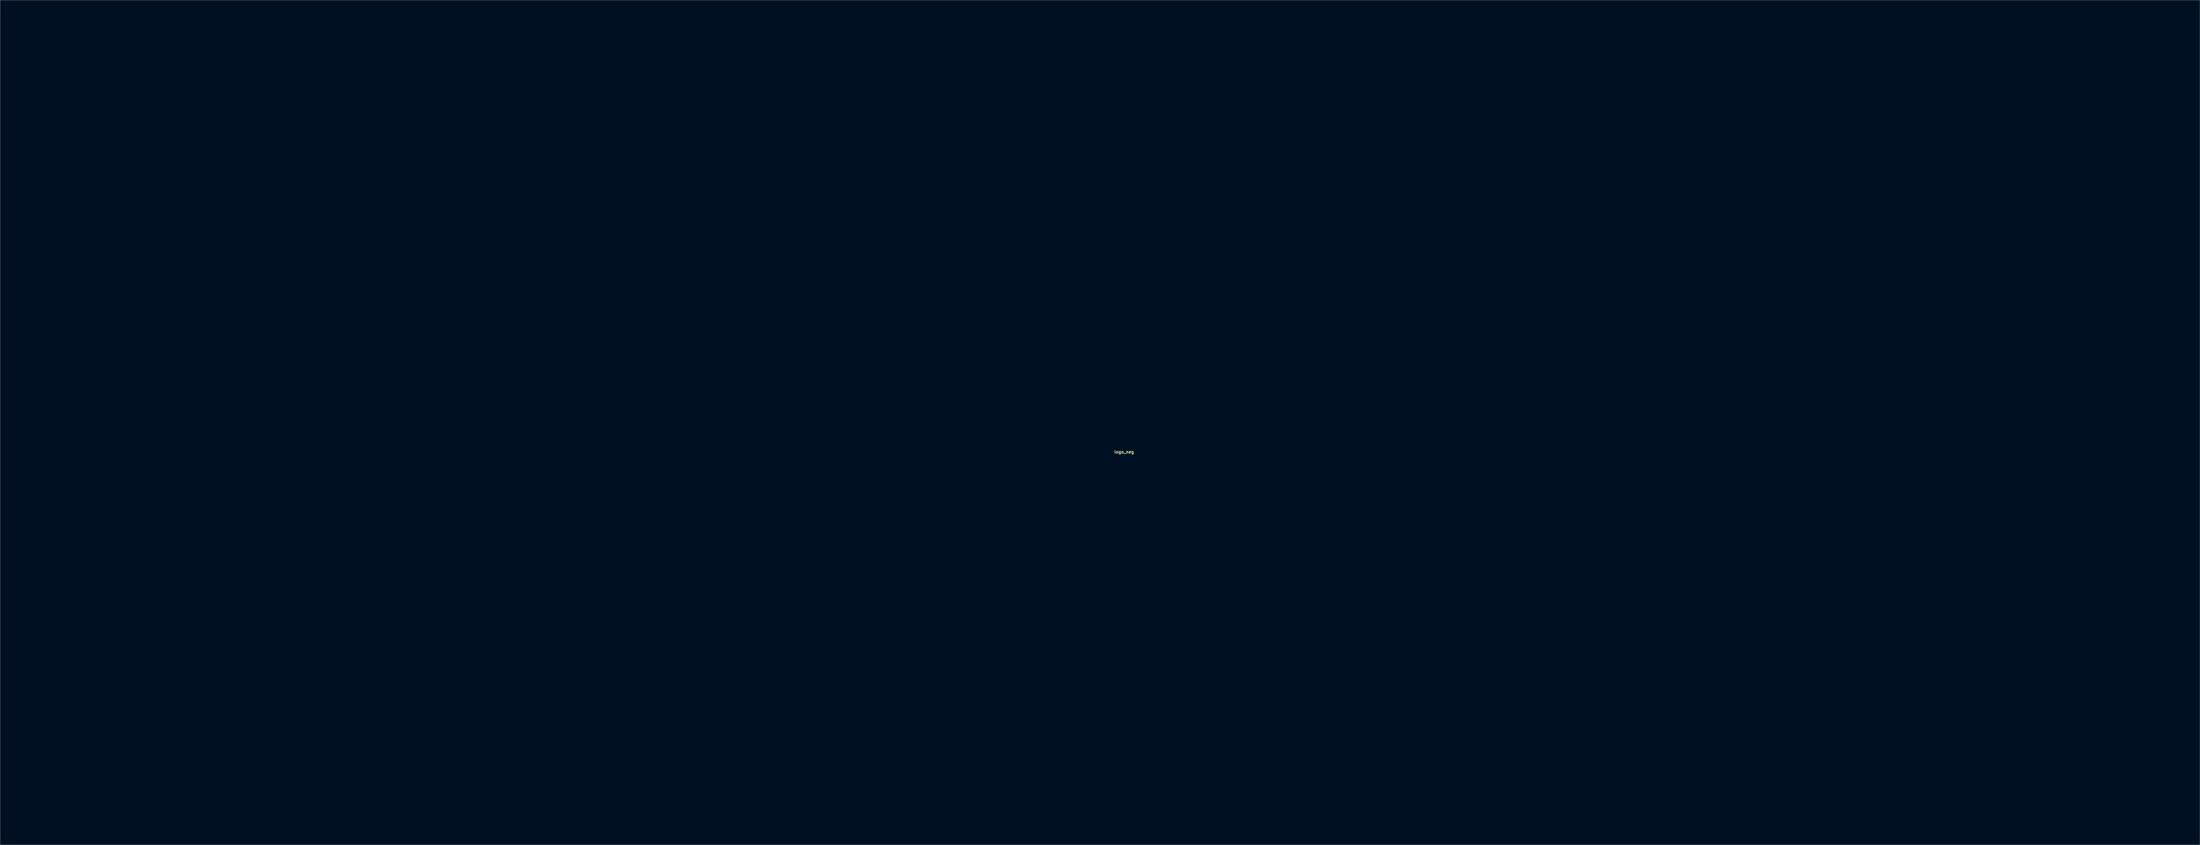
<source format=kicad_pcb>
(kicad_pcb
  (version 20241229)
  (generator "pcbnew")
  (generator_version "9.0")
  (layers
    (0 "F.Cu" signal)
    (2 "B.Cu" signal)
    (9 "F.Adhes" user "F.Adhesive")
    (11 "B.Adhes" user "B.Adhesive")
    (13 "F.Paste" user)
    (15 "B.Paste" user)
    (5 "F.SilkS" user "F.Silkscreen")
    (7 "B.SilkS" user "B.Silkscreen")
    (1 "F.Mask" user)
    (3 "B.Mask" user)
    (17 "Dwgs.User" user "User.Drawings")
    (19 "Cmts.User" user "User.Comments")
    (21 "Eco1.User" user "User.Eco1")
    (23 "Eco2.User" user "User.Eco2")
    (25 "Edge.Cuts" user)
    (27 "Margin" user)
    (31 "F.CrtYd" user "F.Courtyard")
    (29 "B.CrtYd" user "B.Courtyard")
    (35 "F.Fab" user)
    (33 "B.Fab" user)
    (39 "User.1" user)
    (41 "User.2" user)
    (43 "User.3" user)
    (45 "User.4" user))
  (footprint "logo_neg"
    (layer "F.Cu")
    (at 582.753 232.574)
    (property "Reference" "logo_neg" (at 0 0 0) (layer "F.SilkS") (effects (font (size 1.524 1.524) (thickness 0.3))))
    (attr through_hole)
    (fp_poly (pts (xy 360.759 -77.391) (xy 356.583 -77.15) (xy 353.857 -77.138) (xy 352.389 -77.535) (xy 351.972 -78.045) (xy 351.762 -79.475) (xy 351.728 -81.8) (xy 351.782 -83.048) (xy 352.028 -86.916) (xy 360.759 -86.916) (xy 360.759 -77.391)) (stroke (width 0.01) (type solid)) (fill no) (layer "Eco2.User"))
    (fp_poly (pts (xy 231.378 -110.728) (xy 225.612 -110.495) (xy 222.391 -110.447) (xy 220.461 -110.653) (xy 219.543 -111.151) (xy 219.42 -111.372) (xy 219.232 -112.711) (xy 219.171 -115.084) (xy 219.233 -117.559) (xy 219.472 -122.634) (xy 231.378 -122.634) (xy 231.378 -110.728)) (stroke (width 0.01) (type solid)) (fill no) (layer "Eco2.User"))
    (fp_poly (pts (xy -154.411 41.914) (xy -152.574 43.572) (xy -151.773 45.859) (xy -152.161 48.382) (xy -153.555 50.439) (xy -156.042 52.042) (xy -158.642 52.206) (xy -161.011 50.917) (xy -161.131 50.8) (xy -162.472 48.507) (xy -162.556 45.975) (xy -161.565 43.637) (xy -159.681 41.926) (xy -157.132 41.275) (xy -154.411 41.914)) (stroke (width 0.01) (type solid)) (fill no) (layer "Eco2.User"))
    (fp_poly (pts (xy 133.307 -190.197) (xy 134.992 -189.041) (xy 135.688 -186.728) (xy 135.731 -185.668) (xy 135.295 -183.112) (xy 133.86 -181.611) (xy 131.239 -181.006) (xy 130.208 -180.975) (xy 128.257 -181.314) (xy 127.149 -182.62) (xy 126.923 -183.158) (xy 126.508 -186.105) (xy 126.77 -187.722) (xy 127.474 -189.346) (xy 128.724 -190.101) (xy 130.454 -190.353) (xy 133.307 -190.197)) (stroke (width 0.01) (type solid)) (fill no) (layer "Eco2.User"))
    (fp_poly (pts (xy 265.542 65.949) (xy 267.56 66.345) (xy 268.614 67.361) (xy 269.017 69.286) (xy 269.081 72.239) (xy 268.773 75.326) (xy 267.904 77.26) (xy 267.834 77.334) (xy 266.2 78.117) (xy 263.667 78.513) (xy 260.881 78.497) (xy 258.489 78.043) (xy 257.77 77.724) (xy 257.002 76.947) (xy 256.571 75.495) (xy 256.397 72.998) (xy 256.381 71.398) (xy 256.381 65.881) (xy 262.249 65.881) (xy 265.542 65.949)) (stroke (width 0.01) (type solid)) (fill no) (layer "Eco2.User"))
    (fp_poly (pts (xy 175.727 186.751) (xy 177.391 187.297) (xy 177.641 187.484) (xy 178.327 188.948) (xy 178.611 191.159) (xy 178.514 193.53) (xy 178.054 195.471) (xy 177.338 196.368) (xy 175.253 196.787) (xy 172.738 196.809) (xy 170.479 196.474) (xy 169.227 195.897) (xy 168.621 194.54) (xy 168.293 192.347) (xy 168.275 191.691) (xy 168.495 189.398) (xy 169.041 187.734) (xy 169.227 187.484) (xy 170.585 186.877) (xy 172.778 186.55) (xy 173.434 186.531) (xy 175.727 186.751)) (stroke (width 0.01) (type solid)) (fill no) (layer "Eco2.User"))
    (fp_poly (pts (xy 322.701 133.507) (xy 323.75 133.861) (xy 324.33 134.585) (xy 324.651 135.353) (xy 325.358 138.819) (xy 325.22 142.61) (xy 324.663 144.808) (xy 324.141 145.883) (xy 323.336 146.494) (xy 321.846 146.77) (xy 319.269 146.842) (xy 318.411 146.844) (xy 314.806 146.68) (xy 312.642 146.177) (xy 312.003 145.725) (xy 311.497 144.229) (xy 311.278 141.508) (xy 311.311 139.176) (xy 311.547 133.747) (xy 317.705 133.515) (xy 320.81 133.424) (xy 322.701 133.507)) (stroke (width 0.01) (type solid)) (fill no) (layer "Eco2.User"))
    (fp_poly (pts (xy 416.502 -79.954) (xy 418.703 -77.754) (xy 418.955 -59.549) (xy 419.017 -52.902) (xy 418.978 -47.655) (xy 418.805 -43.62) (xy 418.464 -40.61) (xy 417.923 -38.439) (xy 417.149 -36.919) (xy 416.11 -35.865) (xy 414.773 -35.088) (xy 414.659 -35.035) (xy 413.029 -34.69) (xy 409.863 -34.425) (xy 405.209 -34.244) (xy 399.116 -34.147) (xy 394.774 -34.131) (xy 376.873 -34.131) (xy 371.475 -39.529) (xy 371.475 -76.969) (xy 376.107 -82.153) (xy 414.301 -82.153) (xy 416.502 -79.954)) (stroke (width 0.01) (type solid)) (fill no) (layer "Eco2.User"))
    (fp_poly (pts (xy 215.319 -45.152) (xy 217.703 -44.696) (xy 219.067 -43.604) (xy 219.694 -41.603) (xy 219.864 -38.422) (xy 219.869 -37.306) (xy 219.774 -33.753) (xy 219.301 -31.456) (xy 218.167 -30.141) (xy 216.091 -29.538) (xy 212.789 -29.373) (xy 211.632 -29.369) (xy 208.711 -29.445) (xy 206.921 -29.757) (xy 205.811 -30.43) (xy 205.229 -31.133) (xy 204.4 -33.27) (xy 204.01 -36.437) (xy 203.994 -37.306) (xy 204.216 -40.951) (xy 205.048 -43.307) (xy 206.736 -44.63) (xy 209.527 -45.179) (xy 211.632 -45.244) (xy 215.319 -45.152)) (stroke (width 0.01) (type solid)) (fill no) (layer "Eco2.User"))
    (fp_poly (pts (xy 160.439 -175.368) (xy 163.044 -175.046) (xy 164.654 -174.199) (xy 165.493 -172.574) (xy 165.783 -169.917) (xy 165.749 -165.973) (xy 165.725 -165.089) (xy 165.497 -156.766) (xy 157.006 -156.541) (xy 153.21 -156.465) (xy 150.693 -156.505) (xy 149.146 -156.708) (xy 148.264 -157.115) (xy 147.738 -157.772) (xy 147.68 -157.878) (xy 147.283 -159.39) (xy 146.988 -161.982) (xy 146.848 -165.151) (xy 146.844 -165.842) (xy 146.967 -169.846) (xy 147.507 -172.552) (xy 148.72 -174.211) (xy 150.861 -175.073) (xy 154.185 -175.388) (xy 156.614 -175.419) (xy 160.439 -175.368)) (stroke (width 0.01) (type solid)) (fill no) (layer "Eco2.User"))
    (fp_poly (pts (xy 318.072 -156.304) (xy 320.557 -155.931) (xy 322.039 -154.979) (xy 322.777 -153.178) (xy 323.03 -150.257) (xy 323.056 -147.26) (xy 322.954 -143.189) (xy 322.655 -140.485) (xy 322.171 -139.25) (xy 322.132 -139.222) (xy 320.83 -138.884) (xy 318.449 -138.615) (xy 315.497 -138.438) (xy 312.484 -138.373) (xy 309.916 -138.443) (xy 308.372 -138.647) (xy 307.133 -139.156) (xy 306.329 -140.055) (xy 305.868 -141.649) (xy 305.657 -144.243) (xy 305.606 -147.808) (xy 305.673 -151.547) (xy 306.075 -154) (xy 307.085 -155.439) (xy 308.979 -156.133) (xy 312.033 -156.353) (xy 314.325 -156.369) (xy 318.072 -156.304)) (stroke (width 0.01) (type solid)) (fill no) (layer "Eco2.User"))
    (fp_poly (pts (xy 165.382 -228.597) (xy 170.896 -228.583) (xy 175.061 -228.531) (xy 178.115 -228.42) (xy 180.297 -228.231) (xy 181.845 -227.944) (xy 182.997 -227.539) (xy 183.896 -227.055) (xy 185.019 -226.234) (xy 185.881 -225.18) (xy 186.51 -223.693) (xy 186.936 -221.577) (xy 187.187 -218.633) (xy 187.291 -214.663) (xy 187.275 -209.47) (xy 187.193 -204.081) (xy 186.928 -189.566) (xy 184.701 -187.652) (xy 183.918 -187.015) (xy 183.1 -186.538) (xy 182.022 -186.198) (xy 180.456 -185.971) (xy 178.174 -185.834) (xy 174.951 -185.765) (xy 170.558 -185.741) (xy 165.788 -185.738) (xy 149.103 -185.738) (xy 146.783 -188.058) (xy 144.463 -190.378) (xy 144.463 -223.994) (xy 149.393 -228.6) (xy 165.382 -228.597)) (stroke (width 0.01) (type solid)) (fill no) (layer "Eco2.User"))
    (fp_poly (pts (xy 200.509 152.497) (xy 203.648 152.782) (xy 205.291 153.249) (xy 205.423 153.352) (xy 205.918 154.719) (xy 206.235 157.624) (xy 206.37 162.031) (xy 206.375 163.246) (xy 206.348 167.502) (xy 206.101 170.431) (xy 205.383 172.28) (xy 203.946 173.297) (xy 201.539 173.731) (xy 197.911 173.83) (xy 195.712 173.831) (xy 192.048 173.787) (xy 189.608 173.614) (xy 188.031 173.249) (xy 186.956 172.63) (xy 186.531 172.244) (xy 185.763 171.258) (xy 185.287 169.926) (xy 185.038 167.878) (xy 184.949 164.746) (xy 184.944 163.292) (xy 185.002 158.969) (xy 185.34 155.974) (xy 186.204 154.063) (xy 187.84 152.993) (xy 190.495 152.521) (xy 194.413 152.403) (xy 195.943 152.4) (xy 200.509 152.497)) (stroke (width 0.01) (type solid)) (fill no) (layer "Eco2.User"))
    (fp_poly (pts (xy 317.109 179.834) (xy 319.765 180.005) (xy 321.369 180.333) (xy 322.19 180.852) (xy 322.279 180.975) (xy 322.68 182.409) (xy 322.933 184.914) (xy 323.043 188.055) (xy 323.014 191.394) (xy 322.852 194.494) (xy 322.56 196.92) (xy 322.142 198.235) (xy 322.104 198.279) (xy 320.741 198.781) (xy 317.9 199.102) (xy 313.68 199.229) (xy 313.004 199.231) (xy 309.274 199.201) (xy 306.819 199.073) (xy 305.325 198.796) (xy 304.48 198.314) (xy 304.034 197.696) (xy 303.637 196.136) (xy 303.377 193.509) (xy 303.255 190.283) (xy 303.272 186.931) (xy 303.429 183.922) (xy 303.728 181.727) (xy 303.989 180.975) (xy 304.691 180.416) (xy 306.126 180.054) (xy 308.561 179.856) (xy 312.264 179.786) (xy 313.134 179.784) (xy 317.109 179.834)) (stroke (width 0.01) (type solid)) (fill no) (layer "Eco2.User"))
    (fp_poly (pts (xy 389.219 -115) (xy 392.455 -114.723) (xy 394.166 -114.267) (xy 394.335 -114.141) (xy 394.833 -112.776) (xy 395.151 -109.89) (xy 395.284 -105.54) (xy 395.288 -104.505) (xy 395.251 -100.56) (xy 395.113 -97.899) (xy 394.83 -96.22) (xy 394.36 -95.221) (xy 393.898 -94.767) (xy 392.448 -94.279) (xy 389.869 -93.935) (xy 386.616 -93.742) (xy 383.141 -93.705) (xy 379.899 -93.831) (xy 377.342 -94.127) (xy 376.039 -94.52) (xy 375.415 -95.093) (xy 375.007 -96.14) (xy 374.773 -97.955) (xy 374.669 -100.834) (xy 374.65 -103.956) (xy 374.693 -107.606) (xy 374.808 -110.742) (xy 374.977 -112.977) (xy 375.132 -113.838) (xy 375.598 -114.399) (xy 376.662 -114.769) (xy 378.594 -114.983) (xy 381.662 -115.079) (xy 384.498 -115.094) (xy 389.219 -115)) (stroke (width 0.01) (type solid)) (fill no) (layer "Eco2.User"))
    (fp_poly (pts (xy 314.775 62.726) (xy 318.246 62.925) (xy 320.58 63.516) (xy 322.003 64.71) (xy 322.74 66.718) (xy 323.016 69.751) (xy 323.057 74.021) (xy 323.056 75.009) (xy 323.034 79.563) (xy 322.817 82.827) (xy 322.179 85.015) (xy 320.893 86.344) (xy 318.733 87.027) (xy 315.472 87.278) (xy 310.884 87.313) (xy 310.073 87.312) (xy 304.925 87.241) (xy 301.312 87.023) (xy 299.188 86.655) (xy 298.609 86.36) (xy 298.215 85.188) (xy 297.923 82.809) (xy 297.734 79.602) (xy 297.651 75.944) (xy 297.675 72.215) (xy 297.81 68.791) (xy 298.056 66.05) (xy 298.417 64.372) (xy 298.478 64.242) (xy 298.938 63.618) (xy 299.713 63.19) (xy 301.072 62.921) (xy 303.284 62.775) (xy 306.616 62.715) (xy 309.942 62.706) (xy 314.775 62.726)) (stroke (width 0.01) (type solid)) (fill no) (layer "Eco2.User"))
    (fp_poly (pts (xy 189.05 -158.75) (xy 193.894 -158.746) (xy 197.4 -158.586) (xy 199.783 -158.052) (xy 201.26 -156.921) (xy 202.046 -154.974) (xy 202.357 -151.991) (xy 202.41 -147.75) (xy 202.406 -145.118) (xy 202.402 -140.274) (xy 202.243 -136.769) (xy 201.708 -134.386) (xy 200.577 -132.909) (xy 198.63 -132.123) (xy 195.647 -131.811) (xy 191.407 -131.759) (xy 188.775 -131.762) (xy 184.363 -131.786) (xy 181.26 -131.88) (xy 179.189 -132.078) (xy 177.873 -132.412) (xy 177.033 -132.917) (xy 176.732 -133.214) (xy 176.184 -134.078) (xy 175.807 -135.428) (xy 175.574 -137.535) (xy 175.454 -140.67) (xy 175.419 -145.105) (xy 175.419 -145.394) (xy 175.423 -150.238) (xy 175.582 -153.744) (xy 176.117 -156.127) (xy 177.248 -157.604) (xy 179.195 -158.39) (xy 182.178 -158.701) (xy 186.418 -158.753) (xy 189.05 -158.75)) (stroke (width 0.01) (type solid)) (fill no) (layer "Eco2.User"))
    (fp_poly (pts (xy 138.113 -46.038) (xy 142.804 -46.01) (xy 146.169 -45.776) (xy 148.428 -45.11) (xy 149.802 -43.786) (xy 150.511 -41.578) (xy 150.774 -38.26) (xy 150.813 -33.605) (xy 150.812 -32.997) (xy 150.773 -28.639) (xy 150.635 -25.597) (xy 150.367 -23.602) (xy 149.94 -22.384) (xy 149.565 -21.885) (xy 148.722 -21.346) (xy 147.288 -20.981) (xy 144.995 -20.761) (xy 141.578 -20.657) (xy 138.179 -20.637) (xy 133.897 -20.664) (xy 130.916 -20.768) (xy 128.947 -20.986) (xy 127.704 -21.355) (xy 126.899 -21.91) (xy 126.726 -22.089) (xy 126.149 -23.012) (xy 125.763 -24.459) (xy 125.535 -26.719) (xy 125.43 -30.077) (xy 125.412 -33.202) (xy 125.442 -37.975) (xy 125.68 -41.388) (xy 126.352 -43.67) (xy 127.685 -45.048) (xy 129.902 -45.75) (xy 133.231 -46.004) (xy 137.895 -46.038) (xy 138.113 -46.038)) (stroke (width 0.01) (type solid)) (fill no) (layer "Eco2.User"))
    (fp_poly (pts (xy 299.72 -5.239) (xy 302.419 -2.54) (xy 302.419 37.281) (xy 300.104 39.873) (xy 297.789 42.466) (xy 278.077 42.661) (xy 271.159 42.702) (xy 265.72 42.668) (xy 261.65 42.556) (xy 258.844 42.363) (xy 257.192 42.084) (xy 256.778 41.919) (xy 255.207 40.827) (xy 253.986 39.499) (xy 253.073 37.731) (xy 252.425 35.323) (xy 251.999 32.073) (xy 251.752 27.778) (xy 251.642 22.237) (xy 251.623 17.616) (xy 251.666 10.99) (xy 251.822 5.76) (xy 252.125 1.733) (xy 252.608 -1.281) (xy 253.306 -3.474) (xy 254.253 -5.035) (xy 255.483 -6.156) (xy 255.901 -6.428) (xy 256.799 -6.902) (xy 257.881 -7.266) (xy 259.358 -7.533) (xy 261.44 -7.718) (xy 264.337 -7.836) (xy 268.259 -7.902) (xy 273.417 -7.93) (xy 277.693 -7.935) (xy 297.021 -7.938) (xy 299.72 -5.239)) (stroke (width 0.01) (type solid)) (fill no) (layer "Eco2.User"))
    (fp_poly (pts (xy -2.194 -25.672) (xy -2.261 -16.539) (xy -2.346 -7.84) (xy -2.446 0.287) (xy -2.558 7.703) (xy -2.681 14.271) (xy -2.811 19.85) (xy -2.946 24.303) (xy -3.082 27.491) (xy -3.218 29.275) (xy -3.262 29.531) (xy -5.08 33.586) (xy -8.176 36.92) (xy -12.35 39.389) (xy -17.399 40.845) (xy -19.233 41.08) (xy -23.896 41.503) (xy -23.656 -11.197) (xy -23.607 -21.635) (xy -23.561 -30.605) (xy -23.512 -38.229) (xy -23.458 -44.626) (xy -23.394 -49.916) (xy -23.315 -54.22) (xy -23.218 -57.659) (xy -23.098 -60.352) (xy -22.952 -62.42) (xy -22.776 -63.982) (xy -22.564 -65.16) (xy -22.314 -66.074) (xy -22.021 -66.843) (xy -21.738 -67.469) (xy -19.321 -71.411) (xy -16.176 -74.266) (xy -12.062 -76.187) (xy -6.742 -77.329) (xy -6.295 -77.387) (xy -1.875 -77.934) (xy -2.194 -25.672)) (stroke (width 0.01) (type solid)) (fill no) (layer "Eco2.User"))
    (fp_poly (pts (xy 202.292 93.33) (xy 205.313 93.7) (xy 207.36 94.554) (xy 208.62 96.085) (xy 209.282 98.487) (xy 209.534 101.953) (xy 209.562 106.677) (xy 209.55 110.758) (xy 209.55 124.504) (xy 207.459 126.149) (xy 206.557 126.767) (xy 205.5 127.207) (xy 204.018 127.496) (xy 201.844 127.664) (xy 198.708 127.738) (xy 194.342 127.749) (xy 192.576 127.743) (xy 188.104 127.684) (xy 184.088 127.552) (xy 180.842 127.365) (xy 178.682 127.138) (xy 178.043 126.992) (xy 176.755 126.075) (xy 175.808 124.392) (xy 175.171 121.771) (xy 174.812 118.041) (xy 174.703 113.031) (xy 174.76 108.565) (xy 174.867 103.581) (xy 175.068 99.814) (xy 175.56 97.095) (xy 176.541 95.253) (xy 178.21 94.119) (xy 180.763 93.522) (xy 184.401 93.293) (xy 189.319 93.261) (xy 192.577 93.266) (xy 198.109 93.249) (xy 202.292 93.33)) (stroke (width 0.01) (type solid)) (fill no) (layer "Eco2.User"))
    (fp_poly (pts (xy 314.665 -229.394) (xy 319.192 -229.36) (xy 322.392 -229.239) (xy 324.525 -229.005) (xy 325.85 -228.631) (xy 326.571 -228.146) (xy 327.091 -227.342) (xy 327.449 -225.975) (xy 327.672 -223.788) (xy 327.787 -220.527) (xy 327.819 -215.966) (xy 327.814 -211.037) (xy 327.656 -207.474) (xy 327.125 -205.054) (xy 326.005 -203.559) (xy 324.078 -202.765) (xy 321.127 -202.454) (xy 316.933 -202.403) (xy 314.461 -202.406) (xy 310.136 -202.428) (xy 307.105 -202.52) (xy 305.076 -202.72) (xy 303.756 -203.067) (xy 302.852 -203.6) (xy 302.419 -203.994) (xy 301.761 -204.798) (xy 301.314 -205.858) (xy 301.037 -207.467) (xy 300.891 -209.922) (xy 300.836 -213.518) (xy 300.831 -215.9) (xy 300.846 -220.761) (xy 301.038 -224.288) (xy 301.626 -226.695) (xy 302.828 -228.195) (xy 304.864 -229.003) (xy 307.954 -229.331) (xy 312.316 -229.395) (xy 314.665 -229.394)) (stroke (width 0.01) (type solid)) (fill no) (layer "Eco2.User"))
    (fp_poly (pts (xy -151.339 83.939) (xy -151.495 91.218) (xy -151.684 97.104) (xy -151.946 101.789) (xy -152.321 105.467) (xy -152.85 108.333) (xy -153.573 110.579) (xy -154.53 112.4) (xy -155.76 113.988) (xy -157.305 115.538) (xy -158.029 116.199) (xy -161.334 118.748) (xy -164.537 120.22) (xy -165.949 120.588) (xy -168.791 121.158) (xy -170.676 121.344) (xy -172.192 121.124) (xy -173.929 120.475) (xy -174.426 120.261) (xy -176.623 118.757) (xy -178.085 116.715) (xy -178.498 114.632) (xy -178.353 114.024) (xy -177.742 113.376) (xy -176.341 113.127) (xy -173.799 113.229) (xy -173.115 113.288) (xy -169.974 113.431) (xy -167.825 113.119) (xy -166.25 112.362) (xy -164.962 111.384) (xy -163.956 110.207) (xy -163.197 108.634) (xy -162.652 106.469) (xy -162.286 103.517) (xy -162.065 99.582) (xy -161.956 94.468) (xy -161.925 87.979) (xy -161.925 87.375) (xy -161.886 80.883) (xy -161.771 75.492) (xy -161.586 71.327) (xy -161.337 68.513) (xy -161.064 67.24) (xy -159.294 65.025) (xy -156.575 63.393) (xy -153.529 62.709) (xy -153.331 62.706) (xy -150.935 62.706) (xy -151.339 83.939)) (stroke (width 0.01) (type solid)) (fill no) (layer "Eco2.User"))
    (fp_poly (pts (xy 40.481 61.119) (xy 46.038 61.119) (xy 48.941 61.149) (xy 50.603 61.321) (xy 51.369 61.755) (xy 51.584 62.571) (xy 51.594 63.059) (xy 50.859 65.751) (xy 48.85 67.926) (xy 45.858 69.324) (xy 44.225 69.634) (xy 40.481 70.056) (xy 40.481 78.71) (xy 40.646 84.263) (xy 41.211 88.433) (xy 42.279 91.394) (xy 43.955 93.324) (xy 46.343 94.398) (xy 49.548 94.793) (xy 50.006 94.803) (xy 52.197 94.909) (xy 53.202 95.305) (xy 53.421 96.234) (xy 53.376 96.838) (xy 52.649 98.745) (xy 51.179 100.582) (xy 51.149 100.608) (xy 48.626 101.914) (xy 45.321 102.406) (xy 41.831 102.057) (xy 39.291 101.146) (xy 36.013 98.983) (xy 33.543 96.152) (xy 31.636 92.592) (xy 31.002 91.059) (xy 30.524 89.511) (xy 30.176 87.685) (xy 29.928 85.314) (xy 29.752 82.134) (xy 29.621 77.882) (xy 29.513 72.655) (xy 29.446 66.036) (xy 29.508 60.696) (xy 29.698 56.728) (xy 30.011 54.226) (xy 30.107 53.846) (xy 31.754 50.67) (xy 34.323 48.51) (xy 37.486 47.632) (xy 37.81 47.625) (xy 40.481 47.625) (xy 40.481 61.119)) (stroke (width 0.01) (type solid)) (fill no) (layer "Eco2.User"))
    (fp_poly (pts (xy 293.64 109.889) (xy 295.434 112.119) (xy 296.724 114.615) (xy 296.863 115.049) (xy 297.095 116.709) (xy 297.285 119.7) (xy 297.434 123.765) (xy 297.542 128.648) (xy 297.609 134.092) (xy 297.634 139.841) (xy 297.618 145.637) (xy 297.562 151.226) (xy 297.465 156.35) (xy 297.327 160.753) (xy 297.149 164.178) (xy 296.931 166.37) (xy 296.839 166.821) (xy 295.665 169.279) (xy 293.757 171.694) (xy 293.244 172.178) (xy 290.457 174.625) (xy 263.696 174.593) (xy 256.132 174.572) (xy 250.003 174.525) (xy 245.153 174.446) (xy 241.429 174.328) (xy 238.678 174.166) (xy 236.745 173.953) (xy 235.477 173.683) (xy 234.865 173.437) (xy 232.909 171.941) (xy 231.293 170.095) (xy 230.871 169.369) (xy 230.532 168.453) (xy 230.265 167.169) (xy 230.058 165.34) (xy 229.9 162.786) (xy 229.78 159.332) (xy 229.685 154.799) (xy 229.605 149.009) (xy 229.538 142.875) (xy 229.488 135.002) (xy 229.506 128.285) (xy 229.59 122.815) (xy 229.738 118.687) (xy 229.948 115.992) (xy 230.116 115.061) (xy 231.262 112.642) (xy 233.026 110.279) (xy 233.397 109.901) (xy 235.848 107.553) (xy 291.202 107.553) (xy 293.64 109.889)) (stroke (width 0.01) (type solid)) (fill no) (layer "Eco2.User"))
    (fp_poly (pts (xy 83.441 62.452) (xy 87.946 64.878) (xy 91.786 68.477) (xy 94.505 72.729) (xy 96.107 77.69) (xy 96.399 82.901) (xy 95.488 88.06) (xy 93.482 92.862) (xy 90.487 97.005) (xy 86.609 100.186) (xy 84.419 101.302) (xy 81.296 102.078) (xy 77.399 102.322) (xy 73.447 102.046) (xy 70.158 101.256) (xy 69.85 101.13) (xy 65.511 98.426) (xy 61.98 94.567) (xy 59.451 89.859) (xy 58.114 84.61) (xy 57.976 82.448) (xy 68.318 82.448) (xy 68.837 86.777) (xy 70.137 90.522) (xy 71.351 92.367) (xy 73.976 94.325) (xy 77.054 94.935) (xy 80.179 94.185) (xy 82.315 92.717) (xy 84.137 90.051) (xy 85.282 86.391) (xy 85.704 82.202) (xy 85.356 77.947) (xy 84.191 74.089) (xy 84.188 74.081) (xy 82.397 71.144) (xy 80.146 69.55) (xy 77.088 69.057) (xy 76.994 69.056) (xy 73.91 69.524) (xy 71.642 71.086) (xy 69.844 73.985) (xy 69.8 74.081) (xy 68.625 78.046) (xy 68.318 82.448) (xy 57.976 82.448) (xy 57.952 82.054) (xy 58.579 75.984) (xy 60.463 70.824) (xy 63.57 66.63) (xy 67.871 63.46) (xy 68.483 63.142) (xy 73.455 61.489) (xy 78.526 61.291) (xy 83.441 62.452)) (stroke (width 0.01) (type solid)) (fill no) (layer "Eco2.User"))
    (fp_poly (pts (xy 155.901 129.385) (xy 160.502 129.407) (xy 163.932 129.468) (xy 166.403 129.586) (xy 168.122 129.779) (xy 169.299 130.067) (xy 170.142 130.468) (xy 170.86 131.002) (xy 171.207 131.297) (xy 173.434 133.213) (xy 173.434 152.606) (xy 173.428 158.961) (xy 173.381 163.922) (xy 173.253 167.685) (xy 173.002 170.442) (xy 172.587 172.388) (xy 171.968 173.718) (xy 171.102 174.626) (xy 169.95 175.305) (xy 168.499 175.939) (xy 166.679 176.344) (xy 163.591 176.657) (xy 159.547 176.878) (xy 154.858 177.008) (xy 149.835 177.048) (xy 144.79 176.998) (xy 140.034 176.859) (xy 135.879 176.632) (xy 132.635 176.318) (xy 130.615 175.917) (xy 130.425 175.844) (xy 128.901 175.071) (xy 127.72 174.105) (xy 126.838 172.749) (xy 126.212 170.806) (xy 125.799 168.077) (xy 125.557 164.366) (xy 125.443 159.474) (xy 125.413 153.205) (xy 125.412 152.797) (xy 125.441 146.459) (xy 125.55 141.511) (xy 125.773 137.755) (xy 126.145 134.994) (xy 126.699 133.032) (xy 127.471 131.671) (xy 128.494 130.713) (xy 129.337 130.199) (xy 130.637 129.933) (xy 133.366 129.713) (xy 137.365 129.544) (xy 142.476 129.431) (xy 148.541 129.383) (xy 149.922 129.381) (xy 155.901 129.385)) (stroke (width 0.01) (type solid)) (fill no) (layer "Eco2.User"))
    (fp_poly (pts (xy 189.735 -116.679) (xy 194.812 -116.463) (xy 198.742 -115.913) (xy 201.671 -114.886) (xy 203.745 -113.239) (xy 205.108 -110.83) (xy 205.908 -107.517) (xy 206.291 -103.155) (xy 206.401 -97.604) (xy 206.385 -90.719) (xy 206.375 -86.519) (xy 206.36 -79.506) (xy 206.294 -73.894) (xy 206.15 -69.495) (xy 205.898 -66.122) (xy 205.51 -63.587) (xy 204.956 -61.704) (xy 204.209 -60.285) (xy 203.239 -59.143) (xy 202.017 -58.091) (xy 201.999 -58.077) (xy 201.331 -57.59) (xy 200.585 -57.204) (xy 199.58 -56.909) (xy 198.133 -56.691) (xy 196.061 -56.54) (xy 193.183 -56.443) (xy 189.316 -56.388) (xy 184.279 -56.363) (xy 177.889 -56.356) (xy 175.769 -56.356) (xy 151.728 -56.356) (xy 149.309 -58.392) (xy 147.459 -60.541) (xy 146.16 -63.083) (xy 146.078 -63.353) (xy 145.847 -64.976) (xy 145.643 -67.947) (xy 145.475 -72.025) (xy 145.351 -76.972) (xy 145.28 -82.547) (xy 145.265 -86.519) (xy 145.297 -92.381) (xy 145.387 -97.776) (xy 145.526 -102.463) (xy 145.707 -106.203) (xy 145.92 -108.757) (xy 146.078 -109.685) (xy 147.267 -112.201) (xy 149.09 -114.452) (xy 149.309 -114.646) (xy 151.728 -116.681) (xy 175.556 -116.681) (xy 183.365 -116.705) (xy 189.735 -116.679)) (stroke (width 0.01) (type solid)) (fill no) (layer "Eco2.User"))
    (fp_poly (pts (xy -138.906 41.495) (xy -143.54 41.075) (xy -149.123 39.917) (xy -153.763 37.575) (xy -157.349 34.117) (xy -158.627 32.147) (xy -159.032 31.199) (xy -159.358 29.853) (xy -159.621 27.924) (xy -159.831 25.225) (xy -160.004 21.569) (xy -160.151 16.769) (xy -160.287 10.639) (xy -160.338 7.938) (xy -160.734 -13.891) (xy -184.745 -14.101) (xy -208.756 -14.311) (xy -208.756 41.275) (xy -212.13 41.207) (xy -214.789 41.018) (xy -217.109 40.636) (xy -217.493 40.533) (xy -222.349 38.376) (xy -226.165 35.251) (xy -228.756 31.33) (xy -229.42 29.531) (xy -229.628 28.086) (xy -229.797 25.277) (xy -229.928 21.072) (xy -230.021 15.438) (xy -230.077 8.341) (xy -230.095 -0.25) (xy -230.077 -10.369) (xy -230.037 -19.447) (xy -229.791 -65.484) (xy -227.527 -69.336) (xy -224.525 -72.892) (xy -220.279 -75.505) (xy -214.846 -77.143) (xy -212.936 -77.447) (xy -208.781 -77.989) (xy -208.57 -54.671) (xy -208.359 -31.353) (xy -160.734 -31.353) (xy -160.293 -48.022) (xy -160.098 -54.285) (xy -159.855 -59.189) (xy -159.515 -62.96) (xy -159.029 -65.825) (xy -158.347 -68.013) (xy -157.422 -69.751) (xy -156.206 -71.266) (xy -155.077 -72.388) (xy -151.011 -75.178) (xy -145.8 -76.959) (xy -143.008 -77.448) (xy -138.906 -77.992) (xy -138.906 41.495)) (stroke (width 0.01) (type solid)) (fill no) (layer "Eco2.User"))
    (fp_poly (pts (xy 283.302 -202.406) (xy 286.432 -199.429) (xy 288.593 -197.002) (xy 289.735 -194.577) (xy 290.09 -192.88) (xy 290.217 -191.179) (xy 290.315 -188.127) (xy 290.384 -183.961) (xy 290.419 -178.916) (xy 290.419 -173.231) (xy 290.381 -167.14) (xy 290.367 -165.752) (xy 290.29 -158.994) (xy 290.21 -153.639) (xy 290.113 -149.503) (xy 289.987 -146.401) (xy 289.817 -144.148) (xy 289.591 -142.56) (xy 289.293 -141.453) (xy 288.912 -140.642) (xy 288.479 -140.004) (xy 286.588 -137.885) (xy 284.652 -136.177) (xy 283.975 -135.721) (xy 283.177 -135.357) (xy 282.081 -135.071) (xy 280.51 -134.852) (xy 278.286 -134.688) (xy 275.231 -134.566) (xy 271.168 -134.476) (xy 265.92 -134.404) (xy 259.309 -134.338) (xy 257.317 -134.32) (xy 250.315 -134.263) (xy 244.714 -134.234) (xy 240.331 -134.241) (xy 236.978 -134.296) (xy 234.472 -134.406) (xy 232.626 -134.582) (xy 231.255 -134.832) (xy 230.175 -135.167) (xy 229.198 -135.595) (xy 228.853 -135.765) (xy 227.266 -136.569) (xy 225.975 -137.335) (xy 224.951 -138.23) (xy 224.161 -139.415) (xy 223.576 -141.056) (xy 223.165 -143.315) (xy 222.897 -146.356) (xy 222.742 -150.344) (xy 222.669 -155.441) (xy 222.648 -161.811) (xy 222.647 -168.927) (xy 222.647 -196.17) (xy 225.99 -199.288) (xy 229.332 -202.406) (xy 256.317 -202.406) (xy 283.302 -202.406)) (stroke (width 0.01) (type solid)) (fill no) (layer "Eco2.User"))
    (fp_poly (pts (xy -188.927 62.143) (xy -188.126 62.862) (xy -188.119 62.96) (xy -188.414 63.907) (xy -189.241 66.101) (xy -190.511 69.332) (xy -192.137 73.384) (xy -194.031 78.044) (xy -196.103 83.101) (xy -198.267 88.339) (xy -200.434 93.547) (xy -202.516 98.511) (xy -204.424 103.018) (xy -206.072 106.855) (xy -207.37 109.808) (xy -208.23 111.664) (xy -208.33 111.863) (xy -209.833 113.703) (xy -212.056 115.246) (xy -214.574 116.337) (xy -216.961 116.816) (xy -218.794 116.528) (xy -219.426 115.963) (xy -219.31 114.988) (xy -218.664 112.876) (xy -217.594 109.943) (xy -216.284 106.685) (xy -212.698 98.127) (xy -219.855 80.995) (xy -221.885 76.096) (xy -223.691 71.659) (xy -225.188 67.903) (xy -226.289 65.045) (xy -226.908 63.303) (xy -227.012 62.887) (xy -226.336 62.163) (xy -224.634 61.877) (xy -222.399 61.996) (xy -220.121 62.491) (xy -218.293 63.329) (xy -218.121 63.456) (xy -216.899 64.96) (xy -215.285 67.787) (xy -213.38 71.748) (xy -211.958 75.021) (xy -210.399 78.603) (xy -209.019 81.523) (xy -207.941 83.536) (xy -207.29 84.398) (xy -207.193 84.392) (xy -206.693 83.444) (xy -205.734 81.326) (xy -204.449 78.341) (xy -202.971 74.789) (xy -202.798 74.368) (xy -200.831 69.839) (xy -199.068 66.347) (xy -197.612 64.084) (xy -197.008 63.454) (xy -195.234 62.553) (xy -192.97 62.016) (xy -190.705 61.87) (xy -188.927 62.143)) (stroke (width 0.01) (type solid)) (fill no) (layer "Eco2.User"))
    (fp_poly (pts (xy 10.918 62.123) (xy 15.255 64.338) (xy 16.94 65.725) (xy 19.61 68.731) (xy 21.346 71.974) (xy 22.297 75.867) (xy 22.614 80.824) (xy 22.616 81.359) (xy 22.57 84.934) (xy 22.347 87.456) (xy 21.834 89.461) (xy 20.917 91.481) (xy 20.156 92.869) (xy 17.064 97.133) (xy 13.284 100.048) (xy 8.632 101.725) (xy 4.443 102.235) (xy 1.035 102.278) (xy -1.465 101.958) (xy -3.718 101.163) (xy -4.756 100.657) (xy -8.501 98.044) (xy -10.842 94.731) (xy -11.852 90.601) (xy -11.897 89.455) (xy -3.285 89.455) (xy -2.691 91.777) (xy -1.084 93.605) (xy 1.541 94.98) (xy 4.488 95.06) (xy 7.513 94.122) (xy 10.15 92.24) (xy 12.009 89.409) (xy 12.7 86.261) (xy 12.16 84.798) (xy 10.445 83.865) (xy 7.414 83.41) (xy 5.021 83.344) (xy 1.66 83.86) (xy -0.95 85.228) (xy -2.652 87.183) (xy -3.285 89.455) (xy -11.897 89.455) (xy -11.906 89.207) (xy -11.745 86.398) (xy -11.086 84.395) (xy -9.664 82.435) (xy -9.488 82.232) (xy -6.425 79.556) (xy -2.692 77.882) (xy 1.973 77.125) (xy 6.294 77.111) (xy 9.831 77.181) (xy 11.935 76.897) (xy 12.747 76.11) (xy 12.41 74.669) (xy 11.064 72.424) (xy 10.914 72.2) (xy 8.593 69.812) (xy 5.632 68.718) (xy 1.867 68.875) (xy -0.382 69.415) (xy -3.784 70.295) (xy -6.133 70.572) (xy -7.844 70.247) (xy -9.175 69.445) (xy -10.016 68.672) (xy -10.056 67.947) (xy -9.149 66.876) (xy -7.759 65.608) (xy -3.602 62.882) (xy 1.134 61.393) (xy 6.092 61.141) (xy 10.918 62.123)) (stroke (width 0.01) (type solid)) (fill no) (layer "Eco2.User"))
    (fp_poly (pts (xy -91.456 52.265) (xy -91.35 56.54) (xy -91.22 59.459) (xy -91.027 61.254) (xy -90.736 62.154) (xy -90.311 62.391) (xy -89.869 62.269) (xy -88.361 61.893) (xy -85.882 61.533) (xy -83.741 61.33) (xy -80.706 61.241) (xy -78.337 61.627) (xy -75.804 62.665) (xy -74.627 63.266) (xy -69.956 66.542) (xy -66.489 70.705) (xy -64.288 75.539) (xy -63.42 80.824) (xy -63.948 86.342) (xy -65.936 91.875) (xy -66.09 92.176) (xy -69.047 96.665) (xy -72.638 99.756) (xy -77.062 101.579) (xy -81.662 102.228) (xy -84.939 102.272) (xy -87.439 101.896) (xy -89.951 100.943) (xy -91.156 100.355) (xy -95.625 97.238) (xy -99.011 92.972) (xy -101.211 87.832) (xy -101.669 85.437) (xy -102.027 81.874) (xy -102.04 81.65) (xy -91.393 81.65) (xy -90.877 86.251) (xy -89.484 90.158) (xy -87.303 93.083) (xy -85.648 94.246) (xy -84.028 94.994) (xy -82.758 95.139) (xy -81.136 94.667) (xy -79.799 94.122) (xy -77.222 92.451) (xy -75.496 89.847) (xy -74.538 86.126) (xy -74.265 81.756) (xy -74.353 78.273) (xy -74.729 75.813) (xy -75.503 73.823) (xy -76.034 72.897) (xy -78.406 70.259) (xy -81.205 68.959) (xy -84.133 68.92) (xy -86.893 70.069) (xy -89.185 72.33) (xy -90.711 75.629) (xy -90.946 76.647) (xy -91.393 81.65) (xy -102.04 81.65) (xy -102.283 77.441) (xy -102.44 72.433) (xy -102.497 67.144) (xy -102.455 61.871) (xy -102.314 56.908) (xy -102.074 52.552) (xy -101.737 49.098) (xy -101.302 46.841) (xy -101.147 46.429) (xy -99.065 43.819) (xy -95.812 42.263) (xy -93.662 41.877) (xy -91.678 41.672) (xy -91.456 52.265)) (stroke (width 0.01) (type solid)) (fill no) (layer "Eco2.User"))
    (fp_poly (pts (xy -121.393 61.803) (xy -121.063 61.907) (xy -117.3 63.849) (xy -113.792 66.921) (xy -111.034 70.684) (xy -110.88 70.965) (xy -109.984 72.959) (xy -109.45 75.14) (xy -109.197 77.996) (xy -109.141 81.359) (xy -109.191 84.936) (xy -109.416 87.461) (xy -109.932 89.469) (xy -110.852 91.494) (xy -111.606 92.869) (xy -114.698 97.133) (xy -118.479 100.048) (xy -123.13 101.724) (xy -127.32 102.235) (xy -130.727 102.278) (xy -133.227 101.958) (xy -135.48 101.163) (xy -136.519 100.657) (xy -140.294 97.996) (xy -142.661 94.612) (xy -143.554 90.829) (xy -134.782 90.829) (xy -133.702 93.185) (xy -131.589 94.661) (xy -128.657 95.126) (xy -125.12 94.45) (xy -124.168 94.088) (xy -121.481 92.205) (xy -120.225 90.145) (xy -119.223 87.229) (xy -119.197 85.354) (xy -120.197 84.267) (xy -121.543 83.84) (xy -125.883 83.385) (xy -129.629 83.791) (xy -132.52 84.979) (xy -134.296 86.873) (xy -134.615 87.724) (xy -134.782 90.829) (xy -143.554 90.829) (xy -143.638 90.475) (xy -143.669 89.5) (xy -143.179 85.493) (xy -141.585 82.401) (xy -138.697 79.931) (xy -136.752 78.86) (xy -134.458 77.839) (xy -132.405 77.261) (xy -130.03 77.036) (xy -126.767 77.074) (xy -125.831 77.11) (xy -122.187 77.179) (xy -119.974 76.927) (xy -119.045 76.207) (xy -119.255 74.877) (xy -120.457 72.792) (xy -120.848 72.205) (xy -122.907 69.963) (xy -125.45 68.847) (xy -128.759 68.79) (xy -132.276 69.495) (xy -136.199 70.333) (xy -138.947 70.428) (xy -140.759 69.762) (xy -141.603 68.824) (xy -141.985 67.62) (xy -141.244 66.491) (xy -140.494 65.866) (xy -136.088 63.263) (xy -131.114 61.653) (xy -126.055 61.133) (xy -121.393 61.803)) (stroke (width 0.01) (type solid)) (fill no) (layer "Eco2.User"))
    (fp_poly (pts (xy -260.371 41.676) (xy -260.226 41.748) (xy -259.976 42.654) (xy -259.769 44.837) (xy -259.623 47.987) (xy -259.558 51.794) (xy -259.556 52.519) (xy -259.541 56.735) (xy -259.473 59.597) (xy -259.32 61.341) (xy -259.047 62.201) (xy -258.621 62.412) (xy -258.167 62.278) (xy -256.645 61.897) (xy -254.156 61.534) (xy -252.016 61.33) (xy -248.981 61.241) (xy -246.612 61.627) (xy -244.079 62.665) (xy -242.902 63.266) (xy -238.146 66.562) (xy -234.698 70.753) (xy -232.573 75.815) (xy -231.784 81.723) (xy -231.779 82.233) (xy -232.452 87.777) (xy -234.351 92.622) (xy -237.277 96.64) (xy -241.029 99.703) (xy -245.408 101.681) (xy -250.216 102.447) (xy -255.252 101.873) (xy -259.664 100.182) (xy -263.981 97.07) (xy -267.313 92.825) (xy -269.496 87.673) (xy -269.876 86.118) (xy -270.206 83.523) (xy -270.214 83.391) (xy -259.419 83.391) (xy -258.773 87.934) (xy -257.35 91.258) (xy -255.037 93.587) (xy -253.923 94.246) (xy -251.77 95.093) (xy -249.874 95.007) (xy -247.624 94.046) (xy -245.171 92.14) (xy -243.562 89.295) (xy -242.718 85.319) (xy -242.54 81.756) (xy -242.933 76.651) (xy -244.185 72.86) (xy -246.324 70.346) (xy -249.376 69.071) (xy -251.907 68.891) (xy -254.841 69.697) (xy -257.117 71.844) (xy -258.663 75.197) (xy -259.412 79.623) (xy -259.419 83.391) (xy -270.214 83.391) (xy -270.434 79.507) (xy -270.555 74.23) (xy -270.564 67.856) (xy -270.526 64.36) (xy -270.438 58.673) (xy -270.347 54.355) (xy -270.227 51.186) (xy -270.054 48.947) (xy -269.803 47.418) (xy -269.451 46.381) (xy -268.972 45.615) (xy -268.346 44.908) (xy -266.528 43.491) (xy -264.218 42.335) (xy -261.978 41.657) (xy -260.371 41.676)) (stroke (width 0.01) (type solid)) (fill no) (layer "Eco2.User"))
    (fp_poly (pts (xy 358.843 -232.163) (xy 369.404 -231.006) (xy 380.497 -229.183) (xy 391.716 -226.782) (xy 402.653 -223.889) (xy 412.901 -220.593) (xy 421.998 -217.004) (xy 423.849 -216.256) (xy 425.027 -215.904) (xy 425.085 -215.9) (xy 426.304 -215.52) (xy 428.655 -214.466) (xy 431.903 -212.865) (xy 435.81 -210.845) (xy 440.141 -208.535) (xy 444.657 -206.061) (xy 449.123 -203.553) (xy 453.301 -201.136) (xy 456.955 -198.941) (xy 459.577 -197.274) (xy 466.717 -192.404) (xy 473.054 -187.733) (xy 478.992 -182.926) (xy 484.94 -177.65) (xy 491.301 -171.568) (xy 493.767 -169.123) (xy 500.408 -162.308) (xy 506.107 -156.043) (xy 511.193 -149.933) (xy 515.996 -143.577) (xy 520.846 -136.58) (xy 521.185 -136.073) (xy 523.886 -131.946) (xy 525.704 -128.968) (xy 526.693 -127.008) (xy 526.904 -125.932) (xy 526.391 -125.609) (xy 525.264 -125.884) (xy 523.897 -126.095) (xy 521.152 -126.282) (xy 517.236 -126.443) (xy 512.359 -126.577) (xy 506.729 -126.685) (xy 500.554 -126.766) (xy 494.043 -126.818) (xy 487.405 -126.841) (xy 480.849 -126.835) (xy 474.582 -126.798) (xy 468.814 -126.731) (xy 463.752 -126.631) (xy 459.607 -126.499) (xy 456.585 -126.335) (xy 454.896 -126.136) (xy 454.819 -126.117) (xy 448.393 -123.702) (xy 443.091 -120.187) (xy 440.391 -117.491) (xy 438.563 -115.464) (xy 437.112 -114.029) (xy 436.372 -113.507) (xy 435.54 -114.003) (xy 433.883 -115.316) (xy 431.735 -117.176) (xy 431.4 -117.478) (xy 422.383 -124.845) (xy 412.442 -131.533) (xy 401.827 -137.437) (xy 390.788 -142.454) (xy 379.575 -146.479) (xy 368.437 -149.41) (xy 357.625 -151.141) (xy 349.396 -151.592) (xy 347.421 -151.548) (xy 345.759 -151.488) (xy 344.385 -151.538) (xy 343.272 -151.824) (xy 342.391 -152.471) (xy 341.717 -153.604) (xy 341.223 -155.35) (xy 340.88 -157.833) (xy 340.664 -161.179) (xy 340.545 -165.514) (xy 340.499 -170.964) (xy 340.496 -177.652) (xy 340.512 -185.706) (xy 340.519 -192.909) (xy 340.519 -232.569) (xy 349.223 -232.569) (xy 358.843 -232.163)) (stroke (width 0.01) (type solid)) (fill no) (layer "Eco2.User"))
    (fp_poly (pts (xy -491.346 -76.931) (xy -489.734 -76.688) (xy -489.051 -76.181) (xy -488.95 -75.659) (xy -489.288 -74.62) (xy -490.267 -72.262) (xy -491.837 -68.696) (xy -493.945 -64.032) (xy -496.543 -58.379) (xy -499.577 -51.848) (xy -502.997 -44.549) (xy -506.752 -36.592) (xy -510.792 -28.086) (xy -515.064 -19.142) (xy -518.728 -11.509) (xy -525.604 2.778) (xy -525.216 22.027) (xy -524.828 41.275) (xy -528.518 41.207) (xy -531.242 41.033) (xy -533.618 40.68) (xy -534.199 40.533) (xy -539.026 38.396) (xy -542.813 35.314) (xy -545.37 31.463) (xy -546.065 29.543) (xy -546.35 27.728) (xy -546.593 24.683) (xy -546.774 20.763) (xy -546.875 16.325) (xy -546.889 13.985) (xy -546.894 1.379) (xy -559.53 -25.306) (xy -562.663 -31.916) (xy -565.813 -38.555) (xy -568.861 -44.969) (xy -571.686 -50.903) (xy -574.165 -56.104) (xy -576.179 -60.317) (xy -577.326 -62.706) (xy -579.165 -66.591) (xy -580.751 -70.071) (xy -581.953 -72.847) (xy -582.642 -74.625) (xy -582.748 -75.009) (xy -582.745 -75.829) (xy -582.193 -76.331) (xy -580.777 -76.616) (xy -578.182 -76.788) (xy -577.14 -76.832) (xy -573.708 -76.87) (xy -571.163 -76.572) (xy -568.819 -75.814) (xy -567.077 -75.016) (xy -565.759 -74.341) (xy -564.561 -73.609) (xy -563.417 -72.709) (xy -562.264 -71.528) (xy -561.037 -69.954) (xy -559.672 -67.874) (xy -558.105 -65.178) (xy -556.273 -61.751) (xy -554.11 -57.484) (xy -551.553 -52.262) (xy -548.538 -45.975) (xy -545 -38.509) (xy -540.876 -29.754) (xy -539.41 -26.636) (xy -537.506 -22.657) (xy -536.029 -19.948) (xy -534.843 -18.548) (xy -533.811 -18.494) (xy -532.798 -19.825) (xy -531.667 -22.581) (xy -530.282 -26.799) (xy -529.458 -29.447) (xy -527.901 -34.017) (xy -525.907 -39.174) (xy -523.59 -44.682) (xy -521.066 -50.303) (xy -518.452 -55.797) (xy -515.861 -60.928) (xy -513.411 -65.457) (xy -511.217 -69.146) (xy -509.393 -71.757) (xy -508.401 -72.815) (xy -504.952 -75.058) (xy -500.97 -76.401) (xy -496.056 -76.961) (xy -494.216 -76.994) (xy -491.346 -76.931)) (stroke (width 0.01) (type solid)) (fill no) (layer "Eco2.User"))
    (fp_poly (pts (xy 545.814 -85.771) (xy 546.684 -83.642) (xy 547.784 -80.299) (xy 549.059 -75.914) (xy 550.456 -70.654) (xy 551.154 -67.866) (xy 552.872 -60.609) (xy 554.211 -54.226) (xy 555.246 -48.219) (xy 556.054 -42.09) (xy 556.711 -35.341) (xy 557.262 -27.951) (xy 557.654 -10.642) (xy 556.551 6.934) (xy 553.978 24.585) (xy 549.96 42.118) (xy 546.903 52.388) (xy 545.786 55.782) (xy 544.781 58.741) (xy 544.032 60.848) (xy 543.77 61.516) (xy 543.143 63.018) (xy 542.141 65.485) (xy 540.97 68.407) (xy 540.87 68.659) (xy 535.833 79.929) (xy 529.591 91.584) (xy 522.356 103.299) (xy 514.343 114.747) (xy 505.764 125.603) (xy 497.414 134.938) (xy 484.696 147.187) (xy 470.988 158.39) (xy 456.438 168.467) (xy 441.193 177.336) (xy 425.402 184.917) (xy 409.211 191.131) (xy 392.768 195.897) (xy 380.603 198.431) (xy 377.062 199.058) (xy 373.48 199.714) (xy 371.078 200.171) (xy 368.922 200.464) (xy 365.553 200.765) (xy 361.343 201.048) (xy 356.666 201.287) (xy 353.807 201.397) (xy 340.504 201.846) (xy 340.71 161.843) (xy 340.916 121.841) (xy 347.663 121.244) (xy 354.297 120.549) (xy 360.98 119.654) (xy 367.291 118.628) (xy 372.806 117.537) (xy 376.634 116.588) (xy 390.011 112.046) (xy 402.841 106.244) (xy 414.873 99.315) (xy 425.855 91.389) (xy 427.72 89.85) (xy 431.621 86.53) (xy 434.654 83.838) (xy 437.187 81.408) (xy 439.591 78.874) (xy 442.234 75.872) (xy 444.317 73.422) (xy 453.372 61.517) (xy 460.994 48.971) (xy 467.161 35.839) (xy 471.85 22.177) (xy 475.039 8.041) (xy 476.682 -6.152) (xy 477.248 -15.081) (xy 498.776 -15.091) (xy 506.089 -15.118) (xy 512.023 -15.208) (xy 516.786 -15.383) (xy 520.585 -15.664) (xy 523.627 -16.073) (xy 526.121 -16.633) (xy 528.274 -17.366) (xy 530.294 -18.293) (xy 530.622 -18.462) (xy 535.251 -21.667) (xy 539.277 -25.955) (xy 541.759 -29.877) (xy 544.116 -34.528) (xy 544.345 -60.523) (xy 544.419 -66.767) (xy 544.524 -72.472) (xy 544.652 -77.452) (xy 544.799 -81.523) (xy 544.957 -84.499) (xy 545.121 -86.193) (xy 545.227 -86.519) (xy 545.814 -85.771)) (stroke (width 0.01) (type solid)) (fill no) (layer "Eco2.User"))
    (fp_poly (pts (xy -296.999 -78.912) (xy -293.539 -78.802) (xy -290.826 -78.559) (xy -288.438 -78.124) (xy -285.954 -77.438) (xy -282.955 -76.445) (xy -282.585 -76.318) (xy -273.493 -72.427) (xy -265.516 -67.414) (xy -258.675 -61.302) (xy -252.994 -54.112) (xy -248.493 -45.867) (xy -246.172 -39.833) (xy -244.142 -31.5) (xy -243.22 -22.549) (xy -243.371 -13.335) (xy -244.563 -4.212) (xy -246.762 4.467) (xy -249.933 12.347) (xy -251.4 15.081) (xy -254.447 19.528) (xy -258.426 24.178) (xy -262.939 28.644) (xy -267.59 32.538) (xy -271.981 35.472) (xy -272.657 35.839) (xy -281.844 39.757) (xy -291.455 42.148) (xy -301.465 43.006) (xy -307.975 42.757) (xy -317.658 41.202) (xy -326.597 38.289) (xy -334.708 34.103) (xy -341.904 28.731) (xy -348.102 22.257) (xy -353.217 14.767) (xy -357.165 6.347) (xy -359.86 -2.918) (xy -361.06 -10.914) (xy -361.256 -17.845) (xy -338.334 -17.845) (xy -338.166 -11.953) (xy -337.693 -6.638) (xy -337.054 -2.982) (xy -334.566 4.708) (xy -331.046 11.49) (xy -326.622 17.268) (xy -321.424 21.943) (xy -315.583 25.418) (xy -309.227 27.595) (xy -302.487 28.377) (xy -296.164 27.799) (xy -289.581 25.764) (xy -283.581 22.327) (xy -278.271 17.6) (xy -273.755 11.696) (xy -270.14 4.727) (xy -267.74 -2.381) (xy -266.989 -6.471) (xy -266.521 -11.625) (xy -266.336 -17.349) (xy -266.434 -23.15) (xy -266.815 -28.531) (xy -267.479 -33) (xy -267.745 -34.131) (xy -270.513 -42.139) (xy -274.246 -49.003) (xy -278.871 -54.666) (xy -284.316 -59.068) (xy -290.509 -62.149) (xy -297.377 -63.851) (xy -304.48 -64.135) (xy -311.479 -63.012) (xy -317.903 -60.471) (xy -323.648 -56.606) (xy -328.612 -51.515) (xy -332.692 -45.293) (xy -335.785 -38.037) (xy -337.018 -33.683) (xy -337.76 -29.241) (xy -338.198 -23.785) (xy -338.334 -17.845) (xy -361.256 -17.845) (xy -361.358 -21.451) (xy -360.303 -31.409) (xy -357.942 -40.697) (xy -354.321 -49.224) (xy -349.488 -56.899) (xy -343.489 -63.631) (xy -336.369 -69.33) (xy -329.009 -73.515) (xy -324.231 -75.627) (xy -319.871 -77.137) (xy -315.487 -78.131) (xy -310.633 -78.699) (xy -304.864 -78.929) (xy -301.625 -78.946) (xy -296.999 -78.912)) (stroke (width 0.01) (type solid)) (fill no) (layer "Eco2.User"))
    (fp_poly (pts (xy -423.87 -79.046) (xy -419.792 -77.396) (xy -417.403 -75.61) (xy -416.112 -74.372) (xy -414.951 -73.041) (xy -413.825 -71.432) (xy -412.641 -69.36) (xy -411.306 -66.641) (xy -409.725 -63.09) (xy -407.805 -58.522) (xy -405.453 -52.753) (xy -404.057 -49.288) (xy -401.653 -43.337) (xy -398.978 -36.757) (xy -396.253 -30.088) (xy -393.698 -23.872) (xy -391.734 -19.126) (xy -386.594 -6.715) (xy -382.099 4.255) (xy -378.246 13.792) (xy -375.032 21.905) (xy -372.453 28.603) (xy -370.506 33.893) (xy -369.189 37.784) (xy -368.497 40.284) (xy -368.428 41.401) (xy -368.47 41.449) (xy -370.121 41.912) (xy -372.835 42.012) (xy -376.141 41.796) (xy -379.571 41.311) (xy -382.652 40.605) (xy -384.736 39.82) (xy -386.367 38.842) (xy -387.819 37.584) (xy -389.208 35.85) (xy -390.646 33.446) (xy -392.249 30.176) (xy -394.129 25.844) (xy -396.402 20.254) (xy -396.964 18.84) (xy -401.927 6.328) (xy -426.587 6.537) (xy -451.247 6.747) (xy -456.817 20.637) (xy -459.283 26.598) (xy -461.406 31.234) (xy -463.32 34.736) (xy -465.158 37.294) (xy -467.054 39.096) (xy -469.142 40.335) (xy -471.202 41.096) (xy -473.76 41.612) (xy -476.941 41.918) (xy -480.152 41.995) (xy -482.801 41.82) (xy -483.989 41.543) (xy -484.908 40.589) (xy -484.978 40.217) (xy -484.681 39.203) (xy -483.831 36.864) (xy -482.486 33.342) (xy -480.703 28.778) (xy -478.54 23.313) (xy -476.055 17.087) (xy -473.305 10.242) (xy -470.347 2.918) (xy -467.24 -4.743) (xy -464.337 -11.871) (xy -443.706 -11.871) (xy -442.937 -11.621) (xy -440.726 -11.413) (xy -437.219 -11.256) (xy -432.561 -11.153) (xy -426.898 -11.113) (xy -426.233 -11.113) (xy -408.76 -11.113) (xy -409.828 -13.692) (xy -410.403 -15.112) (xy -411.472 -17.782) (xy -412.944 -21.477) (xy -414.73 -25.969) (xy -416.739 -31.034) (xy -418.7 -35.983) (xy -421.188 -42.206) (xy -423.18 -47.039) (xy -424.722 -50.584) (xy -425.862 -52.943) (xy -426.647 -54.219) (xy -427.124 -54.512) (xy -427.223 -54.408) (xy -427.741 -53.263) (xy -428.712 -50.915) (xy -430.047 -47.595) (xy -431.655 -43.536) (xy -433.448 -38.968) (xy -435.335 -34.124) (xy -437.227 -29.234) (xy -439.034 -24.531) (xy -440.666 -20.247) (xy -442.033 -16.612) (xy -443.046 -13.859) (xy -443.615 -12.218) (xy -443.706 -11.871) (xy -464.337 -11.871) (xy -464.04 -12.6) (xy -460.806 -20.513) (xy -457.595 -28.34) (xy -454.465 -35.94) (xy -451.473 -43.173) (xy -448.677 -49.896) (xy -446.134 -55.97) (xy -443.902 -61.254) (xy -442.039 -65.605) (xy -440.602 -68.884) (xy -439.649 -70.949) (xy -439.318 -71.572) (xy -436.019 -75.471) (xy -432.2 -78.043) (xy -428.078 -79.248) (xy -423.87 -79.046)) (stroke (width 0.01) (type solid)) (fill no) (layer "Eco2.User"))
    (fp_poly (pts (xy 61.208 -78.741) (xy 67.104 -77.584) (xy 72.182 -75.711) (xy 76.668 -73.061) (xy 80.134 -70.203) (xy 84.319 -65.264) (xy 87.175 -59.665) (xy 88.677 -53.649) (xy 88.798 -47.459) (xy 87.511 -41.339) (xy 84.79 -35.533) (xy 84.051 -34.402) (xy 81.713 -31.005) (xy 85.859 -28.904) (xy 89.773 -26.438) (xy 93.82 -23.082) (xy 97.521 -19.294) (xy 100.395 -15.531) (xy 101.057 -14.416) (xy 103.083 -9.684) (xy 104.607 -4.13) (xy 105.448 1.513) (xy 105.557 4) (xy 104.809 11.22) (xy 102.624 18.158) (xy 99.15 24.619) (xy 94.537 30.409) (xy 88.933 35.333) (xy 82.486 39.196) (xy 77.104 41.306) (xy 72.187 42.42) (xy 66.403 43.104) (xy 60.425 43.313) (xy 54.926 43.004) (xy 53.606 42.825) (xy 45.382 40.965) (xy 38.266 38.095) (xy 32.072 34.127) (xy 28.193 30.655) (xy 24.729 26.803) (xy 21.991 22.876) (xy 19.724 18.426) (xy 17.676 13.006) (xy 16.934 10.698) (xy 14.72 3.572) (xy 14.707 -19.644) (xy 35.719 -19.644) (xy 35.719 -9.464) (xy 35.844 -3.08) (xy 36.261 2.117) (xy 37.029 6.508) (xy 38.209 10.477) (xy 39.274 13.122) (xy 41.922 17.382) (xy 45.689 21.116) (xy 50.112 23.913) (xy 52.58 24.881) (xy 56.582 25.695) (xy 61.193 25.998) (xy 65.88 25.812) (xy 70.114 25.16) (xy 73.361 24.063) (xy 73.422 24.032) (xy 77.715 21.011) (xy 80.807 17.021) (xy 82.722 12.011) (xy 83.487 5.934) (xy 83.504 4.887) (xy 83.057 -1.663) (xy 81.622 -7.052) (xy 79.128 -11.414) (xy 75.505 -14.884) (xy 72.12 -16.924) (xy 69.241 -18.193) (xy 66.238 -19.111) (xy 62.818 -19.713) (xy 58.689 -20.036) (xy 53.558 -20.115) (xy 47.335 -19.993) (xy 35.719 -19.644) (xy 14.707 -19.644) (xy 14.702 -28.59) (xy 14.692 -47.222) (xy 35.719 -47.222) (xy 35.752 -43.003) (xy 35.844 -39.359) (xy 35.981 -36.578) (xy 36.153 -34.951) (xy 36.248 -34.66) (xy 37.343 -34.363) (xy 39.649 -34.199) (xy 42.798 -34.162) (xy 46.418 -34.248) (xy 50.142 -34.449) (xy 53.598 -34.762) (xy 55.002 -34.942) (xy 60.534 -36.19) (xy 64.704 -38.178) (xy 67.591 -40.985) (xy 69.274 -44.688) (xy 69.833 -49.359) (xy 69.289 -54.266) (xy 67.585 -58.165) (xy 64.686 -61.083) (xy 60.558 -63.047) (xy 55.166 -64.085) (xy 51.05 -64.276) (xy 46.363 -64.157) (xy 42.889 -63.712) (xy 40.271 -62.856) (xy 38.153 -61.499) (xy 37.505 -60.928) (xy 36.819 -60.203) (xy 36.336 -59.346) (xy 36.019 -58.086) (xy 35.835 -56.153) (xy 35.747 -53.277) (xy 35.72 -49.188) (xy 35.719 -47.222) (xy 14.692 -47.222) (xy 14.684 -60.753) (xy 17.349 -66.166) (xy 19.642 -70.013) (xy 22.44 -73.057) (xy 25.934 -75.385) (xy 30.317 -77.085) (xy 35.782 -78.244) (xy 42.519 -78.947) (xy 46.066 -79.14) (xy 54.271 -79.24) (xy 61.208 -78.741)) (stroke (width 0.01) (type solid)) (fill no) (layer "Eco2.User"))
    (fp_poly (pts (xy -100.806 -55.274) (xy -100.786 -49.452) (xy -100.73 -44.182) (xy -100.643 -39.663) (xy -100.529 -36.092) (xy -100.395 -33.669) (xy -100.245 -32.592) (xy -100.211 -32.555) (xy -99.439 -33.031) (xy -97.619 -34.354) (xy -94.943 -36.379) (xy -91.603 -38.96) (xy -87.79 -41.952) (xy -86.519 -42.959) (xy -79.854 -48.213) (xy -74.249 -52.536) (xy -69.545 -56.016) (xy -65.586 -58.743) (xy -62.215 -60.806) (xy -59.275 -62.294) (xy -56.608 -63.296) (xy -54.057 -63.9) (xy -51.467 -64.197) (xy -48.935 -64.275) (xy -45.977 -64.23) (xy -44.06 -63.948) (xy -42.637 -63.251) (xy -41.165 -61.958) (xy -40.799 -61.595) (xy -39.213 -59.869) (xy -38.242 -58.543) (xy -38.1 -58.168) (xy -38.696 -57.506) (xy -40.382 -55.984) (xy -43.008 -53.73) (xy -46.42 -50.872) (xy -50.468 -47.537) (xy -55 -43.854) (xy -56.753 -42.44) (xy -61.427 -38.652) (xy -65.672 -35.151) (xy -69.337 -32.069) (xy -72.268 -29.535) (xy -74.316 -27.68) (xy -75.326 -26.634) (xy -75.406 -26.479) (xy -74.97 -25.648) (xy -73.719 -23.645) (xy -71.742 -20.601) (xy -69.128 -16.651) (xy -65.966 -11.926) (xy -62.343 -6.561) (xy -58.349 -0.689) (xy -54.372 5.122) (xy -50.115 11.336) (xy -46.146 17.154) (xy -42.554 22.445) (xy -39.427 27.077) (xy -36.854 30.919) (xy -34.923 33.84) (xy -33.722 35.708) (xy -33.337 36.388) (xy -34.011 37.222) (xy -35.731 38.352) (xy -38.044 39.547) (xy -40.5 40.576) (xy -42.645 41.208) (xy -42.85 41.244) (xy -45.641 41.697) (xy -45.863 52.295) (xy -45.939 56.565) (xy -45.938 59.481) (xy -45.833 61.275) (xy -45.596 62.182) (xy -45.199 62.433) (xy -44.672 62.287) (xy -43.136 61.901) (xy -40.636 61.534) (xy -38.497 61.33) (xy -35.462 61.241) (xy -33.093 61.627) (xy -30.56 62.665) (xy -29.383 63.266) (xy -24.713 66.542) (xy -21.245 70.705) (xy -19.045 75.539) (xy -18.176 80.824) (xy -18.704 86.342) (xy -20.693 91.875) (xy -20.846 92.176) (xy -23.806 96.666) (xy -27.405 99.761) (xy -31.843 101.589) (xy -36.418 102.244) (xy -39.615 102.306) (xy -42.024 101.965) (xy -44.421 101.058) (xy -46.038 100.25) (xy -50.45 97.076) (xy -53.819 92.789) (xy -56.004 87.581) (xy -56.357 86.118) (xy -56.687 83.525) (xy -56.793 81.65) (xy -46.15 81.65) (xy -45.633 86.251) (xy -44.24 90.158) (xy -42.059 93.083) (xy -40.405 94.246) (xy -38.784 94.994) (xy -37.514 95.139) (xy -35.892 94.667) (xy -34.555 94.122) (xy -31.911 92.36) (xy -30.16 89.577) (xy -29.232 85.623) (xy -29.036 82.153) (xy -29.458 77.179) (xy -30.738 73.239) (xy -32.787 70.448) (xy -35.519 68.923) (xy -38.844 68.78) (xy -39.101 68.826) (xy -41.535 69.998) (xy -43.734 72.276) (xy -45.298 75.186) (xy -45.702 76.647) (xy -46.15 81.65) (xy -56.793 81.65) (xy -56.915 79.506) (xy -57.036 74.22) (xy -57.046 67.824) (xy -57.007 64.231) (xy -56.753 46.698) (xy -54.161 44.383) (xy -52.306 42.953) (xy -50.759 42.14) (xy -50.391 42.069) (xy -49.301 41.757) (xy -49.5 40.991) (xy -50.856 40.029) (xy -51.621 39.676) (xy -53.162 38.787) (xy -54.991 37.234) (xy -57.185 34.918) (xy -59.824 31.741) (xy -62.985 27.603) (xy -66.747 22.406) (xy -71.188 16.052) (xy -76.191 8.731) (xy -79.639 3.656) (xy -82.838 -1.025) (xy -85.668 -5.143) (xy -88.012 -8.526) (xy -89.751 -11.004) (xy -90.769 -12.405) (xy -90.948 -12.627) (xy -91.676 -13.08) (xy -92.69 -12.862) (xy -94.305 -11.836) (xy -96.359 -10.246) (xy -100.731 -6.747) (xy -100.806 41.495) (xy -105.428 41.076) (xy -111.003 39.93) (xy -115.576 37.623) (xy -119.07 34.207) (xy -121.009 30.772) (xy -121.274 29.967) (xy -121.499 28.837) (xy -121.687 27.259) (xy -121.841 25.107) (xy -121.964 22.257) (xy -122.06 18.582) (xy -122.131 13.958) (xy -122.18 8.261) (xy -122.212 1.364) (xy -122.228 -6.857) (xy -122.233 -16.527) (xy -122.233 -17.635) (xy -122.217 -29.1) (xy -122.17 -38.997) (xy -122.093 -47.345) (xy -121.985 -54.164) (xy -121.845 -59.471) (xy -121.674 -63.288) (xy -121.471 -65.632) (xy -121.352 -66.278) (xy -119.465 -70.218) (xy -116.223 -73.388) (xy -111.675 -75.755) (xy -105.873 -77.285) (xy -104.481 -77.5) (xy -100.806 -78.003) (xy -100.806 -55.274)) (stroke (width 0.01) (type solid)) (fill no) (layer "Eco2.User"))
    (fp_poly (pts (xy 513.358 -114.201) (xy 516.773 -114.144) (xy 519.363 -114.046) (xy 521.281 -113.899) (xy 522.68 -113.699) (xy 523.712 -113.439) (xy 524.529 -113.114) (xy 525.285 -112.717) (xy 525.324 -112.695) (xy 527.744 -110.898) (xy 529.925 -108.596) (xy 530.239 -108.166) (xy 532.209 -105.291) (xy 532.459 -74.672) (xy 532.525 -65.918) (xy 532.56 -58.603) (xy 532.552 -52.579) (xy 532.487 -47.698) (xy 532.353 -43.811) (xy 532.139 -40.771) (xy 531.831 -38.43) (xy 531.418 -36.639) (xy 530.886 -35.249) (xy 530.223 -34.114) (xy 529.417 -33.084) (xy 528.919 -32.52) (xy 527.68 -31.202) (xy 526.46 -30.106) (xy 525.103 -29.214) (xy 523.458 -28.505) (xy 521.372 -27.96) (xy 518.692 -27.56) (xy 515.265 -27.283) (xy 510.938 -27.112) (xy 505.559 -27.025) (xy 498.974 -27.004) (xy 491.03 -27.028) (xy 486.52 -27.051) (xy 454.663 -27.222) (xy 442.089 -14.603) (xy 429.516 -1.984) (xy 430.312 2.263) (xy 430.51 4.184) (xy 430.671 7.536) (xy 430.791 12.164) (xy 430.869 17.911) (xy 430.903 24.622) (xy 430.889 32.142) (xy 430.858 36.791) (xy 430.609 67.072) (xy 428.477 70.158) (xy 427.528 71.552) (xy 426.68 72.713) (xy 425.786 73.663) (xy 424.7 74.422) (xy 423.275 75.013) (xy 421.365 75.455) (xy 418.824 75.771) (xy 415.503 75.982) (xy 411.258 76.108) (xy 405.942 76.172) (xy 399.408 76.194) (xy 391.51 76.195) (xy 386.788 76.195) (xy 351.698 76.2) (xy 348.572 73.223) (xy 345.794 69.76) (xy 344.518 66.796) (xy 344.26 65.182) (xy 344.055 62.41) (xy 343.901 58.408) (xy 343.796 53.101) (xy 343.738 46.417) (xy 343.728 38.283) (xy 343.755 30.002) (xy 343.919 -3.34) (xy 320.149 -27.111) (xy 285.047 -27.107) (xy 249.945 -27.103) (xy 237.687 -14.544) (xy 233.693 -10.438) (xy 230.685 -7.294) (xy 228.534 -4.946) (xy 227.111 -3.229) (xy 226.285 -1.975) (xy 225.926 -1.018) (xy 225.905 -0.193) (xy 226.023 0.397) (xy 226.153 1.699) (xy 226.274 4.403) (xy 226.381 8.325) (xy 226.472 13.278) (xy 226.543 19.077) (xy 226.592 25.538) (xy 226.614 32.475) (xy 226.616 34.528) (xy 226.614 42.457) (xy 226.604 48.958) (xy 226.577 54.19) (xy 226.525 58.313) (xy 226.44 61.487) (xy 226.312 63.871) (xy 226.134 65.625) (xy 225.898 66.907) (xy 225.595 67.879) (xy 225.216 68.698) (xy 224.787 69.467) (xy 223.031 71.901) (xy 220.924 74.011) (xy 220.373 74.428) (xy 219.729 74.852) (xy 219.051 75.202) (xy 218.189 75.486) (xy 216.996 75.709) (xy 215.323 75.881) (xy 213.021 76.006) (xy 209.941 76.093) (xy 205.936 76.148) (xy 200.856 76.178) (xy 194.552 76.19) (xy 186.878 76.192) (xy 182.91 76.191) (xy 148.034 76.182) (xy 145.439 74.137) (xy 144.19 73.148) (xy 143.152 72.225) (xy 142.307 71.221) (xy 141.633 69.983) (xy 141.113 68.364) (xy 140.725 66.212) (xy 140.451 63.378) (xy 140.271 59.712) (xy 140.165 55.065) (xy 140.114 49.286) (xy 140.098 42.225) (xy 140.097 33.734) (xy 140.097 33.337) (xy 140.097 -0.397) (xy 141.923 -3.333) (xy 143.865 -5.73) (xy 146.279 -7.828) (xy 146.685 -8.096) (xy 147.423 -8.54) (xy 148.177 -8.906) (xy 149.1 -9.202) (xy 150.345 -9.437) (xy 152.066 -9.619) (xy 154.414 -9.756) (xy 157.543 -9.857) (xy 161.606 -9.929) (xy 166.756 -9.981) (xy 173.145 -10.022) (xy 180.927 -10.058) (xy 183.323 -10.068) (xy 217.024 -10.215) (xy 229.904 -23.165) (xy 242.784 -36.116) (xy 241.998 -39.792) (xy 241.803 -41.552) (xy 241.644 -44.745) (xy 241.525 -49.217) (xy 241.447 -54.814) (xy 241.412 -61.382) (xy 241.424 -68.767) (xy 241.454 -73.526) (xy 241.525 -81.739) (xy 241.61 -88.522) (xy 241.734 -94.036) (xy 241.923 -98.439) (xy 242.2 -101.89) (xy 242.592 -104.548) (xy 243.124 -106.571) (xy 243.82 -108.118) (xy 244.706 -109.349) (xy 245.807 -110.422) (xy 247.148 -111.495) (xy 247.501 -111.765) (xy 250.303 -113.903) (xy 283.703 -114.132) (xy 290.893 -114.171) (xy 297.636 -114.187) (xy 303.756 -114.182) (xy 309.077 -114.157) (xy 313.424 -114.112) (xy 316.621 -114.049) (xy 318.493 -113.968) (xy 318.875 -113.922) (xy 320.54 -113.139) (xy 322.647 -111.685) (xy 323.476 -110.998) (xy 324.684 -109.919) (xy 325.689 -108.89) (xy 326.509 -107.763) (xy 327.162 -106.387) (xy 327.666 -104.613) (xy 328.04 -102.289) (xy 328.303 -99.267) (xy 328.471 -95.396) (xy 328.565 -90.525) (xy 328.601 -84.506) (xy 328.599 -77.188) (xy 328.578 -69.153) (xy 328.482 -35.459) (xy 341.09 -22.851) (xy 353.698 -10.242) (xy 420.946 -10.199) (xy 446.087 -35.303) (xy 446.087 -69.674) (xy 446.091 -77.987) (xy 446.104 -84.865) (xy 446.134 -90.459) (xy 446.187 -94.923) (xy 446.27 -98.408) (xy 446.389 -101.067) (xy 446.55 -103.051) (xy 446.76 -104.513) (xy 447.024 -105.606) (xy 447.35 -106.481) (xy 447.657 -107.121) (xy 449.325 -109.593) (xy 451.426 -111.745) (xy 451.824 -112.05) (xy 454.422 -113.903) (xy 488.401 -114.126) (xy 496.64 -114.178) (xy 503.444 -114.212) (xy 508.966 -114.221) (xy 513.358 -114.201)) (stroke (width 0.01) (type solid)) (fill no) (layer "Eco2.User")))
  (gr_rect
    (start -3 -3)
    (end 1143.412 437.424)
    (stroke (width 0.1) (type default))
    (fill no)
    (layer "Edge.Cuts")))
</source>
